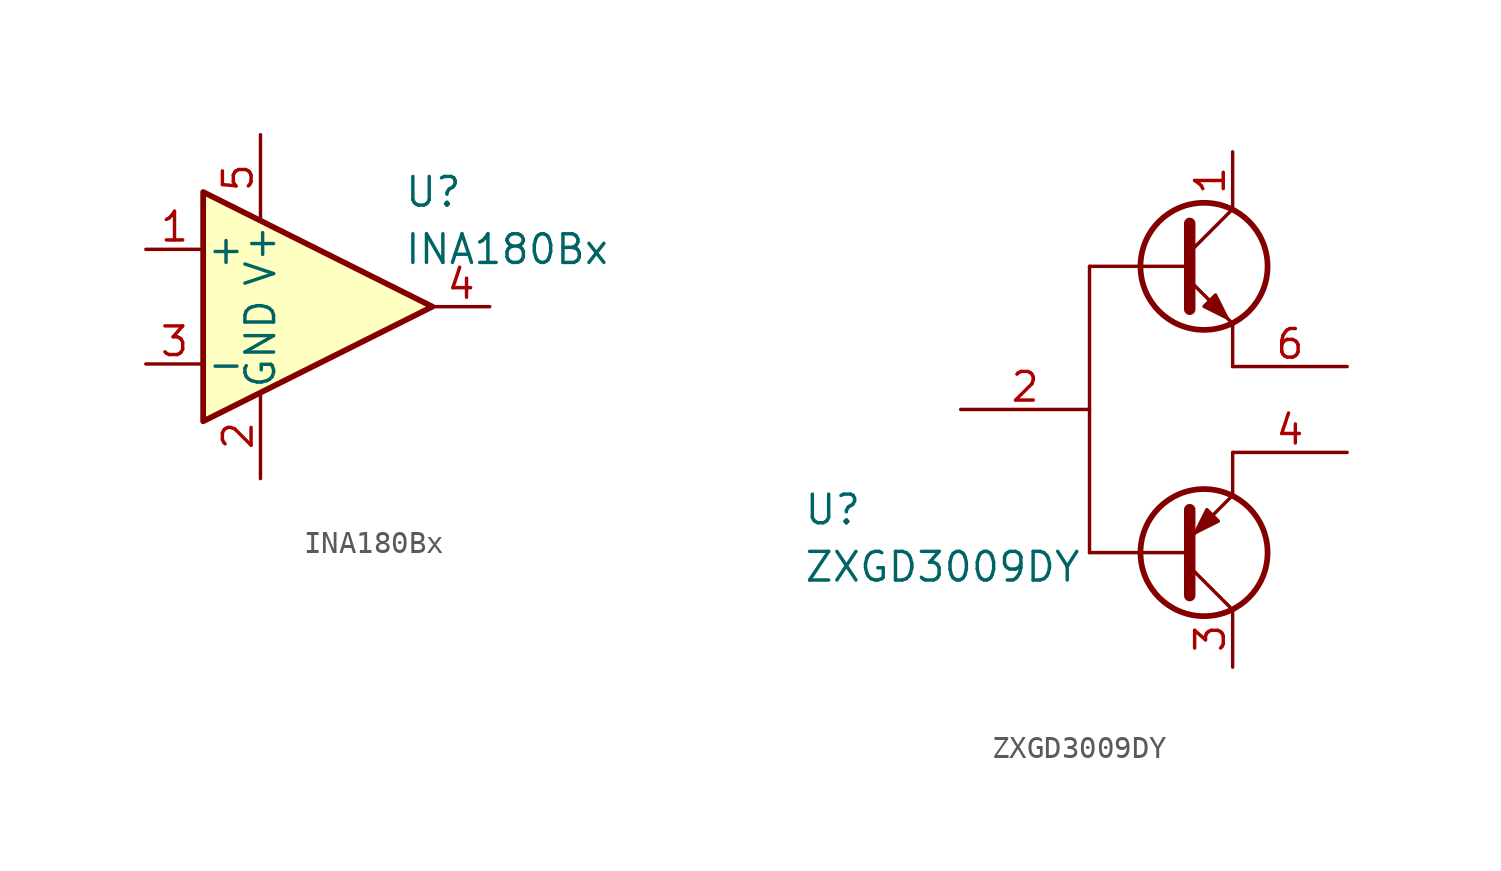
<source format=kicad_sym>
(kicad_symbol_lib
  (version 20220914)
  (generator kicad_symbol_editor)
  (symbol "INA180Bx"
    (pin_names
      (offset 0.127))
    (property "Reference" "U"
      (at 3.81 5.08 0)
      (effects (font (size 1.27 1.27)) (justify left)))
    (property "Value" "INA180Bx"
      (at 3.81 2.54 0)
      (effects (font (size 1.27 1.27)) (justify left)))
    (symbol "INA180Bx_0_1"
      (polyline (pts (xy -5.08 5.08) (xy 5.08 0) (xy -5.08 -5.08) (xy -5.08 5.08)) (stroke (width 0.254) (type default)) (fill (type background))))
    (symbol "INA180Bx_1_1"
      (pin input line (at -7.62 2.54 0) (length 2.54) (name "+" (effects (font (size 1.27 1.27)))) (number "1" (effects (font (size 1.27 1.27)))))
      (pin power_in line (at -2.54 -7.62 90) (length 3.81) (name "GND" (effects (font (size 1.27 1.27)))) (number "2" (effects (font (size 1.27 1.27)))))
      (pin input line (at -7.62 -2.54 0) (length 2.54) (name "-" (effects (font (size 1.27 1.27)))) (number "3" (effects (font (size 1.27 1.27)))))
      (pin output line (at 7.62 0 180) (length 2.54) (name "~" (effects (font (size 1.27 1.27)))) (number "4" (effects (font (size 1.27 1.27)))))
      (pin power_in line (at -2.54 7.62 270) (length 3.81) (name "V+" (effects (font (size 1.27 1.27)))) (number "5" (effects (font (size 1.27 1.27)))))))
  (symbol "ZXGD3009DY"
    (pin_names
      (offset 0) hide)
    (property "Reference" "U"
      (at -16.51 -4.445 0)
      (effects (font (size 1.27 1.27)) (justify left)))
    (property "Value" "ZXGD3009DY"
      (at -16.51 -6.985 0)
      (effects (font (size 1.27 1.27)) (justify left)))
    (symbol "ZXGD3009DY_0_1"
      (polyline (pts (xy -3.81 6.35) (xy -3.81 -6.35)) (stroke (width 0) (type default)) (fill (type none)))
      (polyline (pts (xy 0.635 -6.985) (xy 0.635 -6.985)) (stroke (width 0) (type default)) (fill (type none)))
      (polyline (pts (xy 0.635 -6.985) (xy 2.54 -8.89)) (stroke (width 0) (type default)) (fill (type none)))
      (polyline (pts (xy 0.635 -6.35) (xy -3.81 -6.35)) (stroke (width 0) (type default)) (fill (type none)))
      (polyline (pts (xy 0.635 6.35) (xy -3.81 6.35)) (stroke (width 0) (type default)) (fill (type none)))
      (polyline (pts (xy 0.635 6.985) (xy 2.54 8.89)) (stroke (width 0) (type default)) (fill (type none)))
      (polyline (pts (xy 2.54 -3.81) (xy 2.54 -1.905)) (stroke (width 0) (type default)) (fill (type none)))
      (polyline (pts (xy 2.54 3.81) (xy 2.54 1.905)) (stroke (width 0) (type default)) (fill (type none)))
      (polyline (pts (xy 0.635 -4.445) (xy 0.635 -8.255) (xy 0.635 -8.255)) (stroke (width 0.508) (type default)) (fill (type none)))
      (polyline (pts (xy 0.635 5.715) (xy 2.54 3.81) (xy 2.54 3.81)) (stroke (width 0) (type default)) (fill (type none)))
      (polyline (pts (xy 0.635 8.255) (xy 0.635 4.445) (xy 0.635 4.445)) (stroke (width 0.508) (type default)) (fill (type none)))
      (polyline (pts (xy 2.54 -3.81) (xy 0.635 -5.715) (xy 0.635 -5.715)) (stroke (width 0) (type default)) (fill (type none)))
      (polyline (pts (xy 1.27 4.572) (xy 1.778 5.08) (xy 2.286 4.064) (xy 1.27 4.572) (xy 1.27 4.572)) (stroke (width 0) (type default)) (fill (type outline)))
      (polyline (pts (xy 1.397 -4.445) (xy 1.905 -4.953) (xy 0.889 -5.461) (xy 1.397 -4.445) (xy 1.397 -4.445)) (stroke (width 0) (type default)) (fill (type outline)))
      (circle (center 1.27 -6.35) (radius 2.819) (stroke (width 0.254) (type default)) (fill (type none)))
      (circle (center 1.27 6.35) (radius 2.819) (stroke (width 0.254) (type default)) (fill (type none))))
    (symbol "ZXGD3009DY_1_1"
      (pin passive line (at 2.54 11.43 270) (length 2.54) (name "Vcc" (effects (font (size 1.27 1.27)))) (number "1" (effects (font (size 1.27 1.27)))))
      (pin input line (at -9.525 0 0) (length 5.715) (name "B" (effects (font (size 1.27 1.27)))) (number "2" (effects (font (size 1.27 1.27)))))
      (pin passive line (at 2.54 -11.43 90) (length 2.54) (name "Vee" (effects (font (size 1.27 1.27)))) (number "3" (effects (font (size 1.27 1.27)))))
      (pin passive line (at 7.62 -1.905 180) (length 5.08) (name "Sink" (effects (font (size 1.27 1.27)))) (number "4" (effects (font (size 1.27 1.27)))))
      (pin no_connect line (at 2.54 0 180) (length 2.54) hide (name "NC" (effects (font (size 1.27 1.27)))) (number "5" (effects (font (size 1.27 1.27)))))
      (pin passive line (at 7.62 1.905 180) (length 5.08) (name "Source" (effects (font (size 1.27 1.27)))) (number "6" (effects (font (size 1.27 1.27))))))))
</source>
